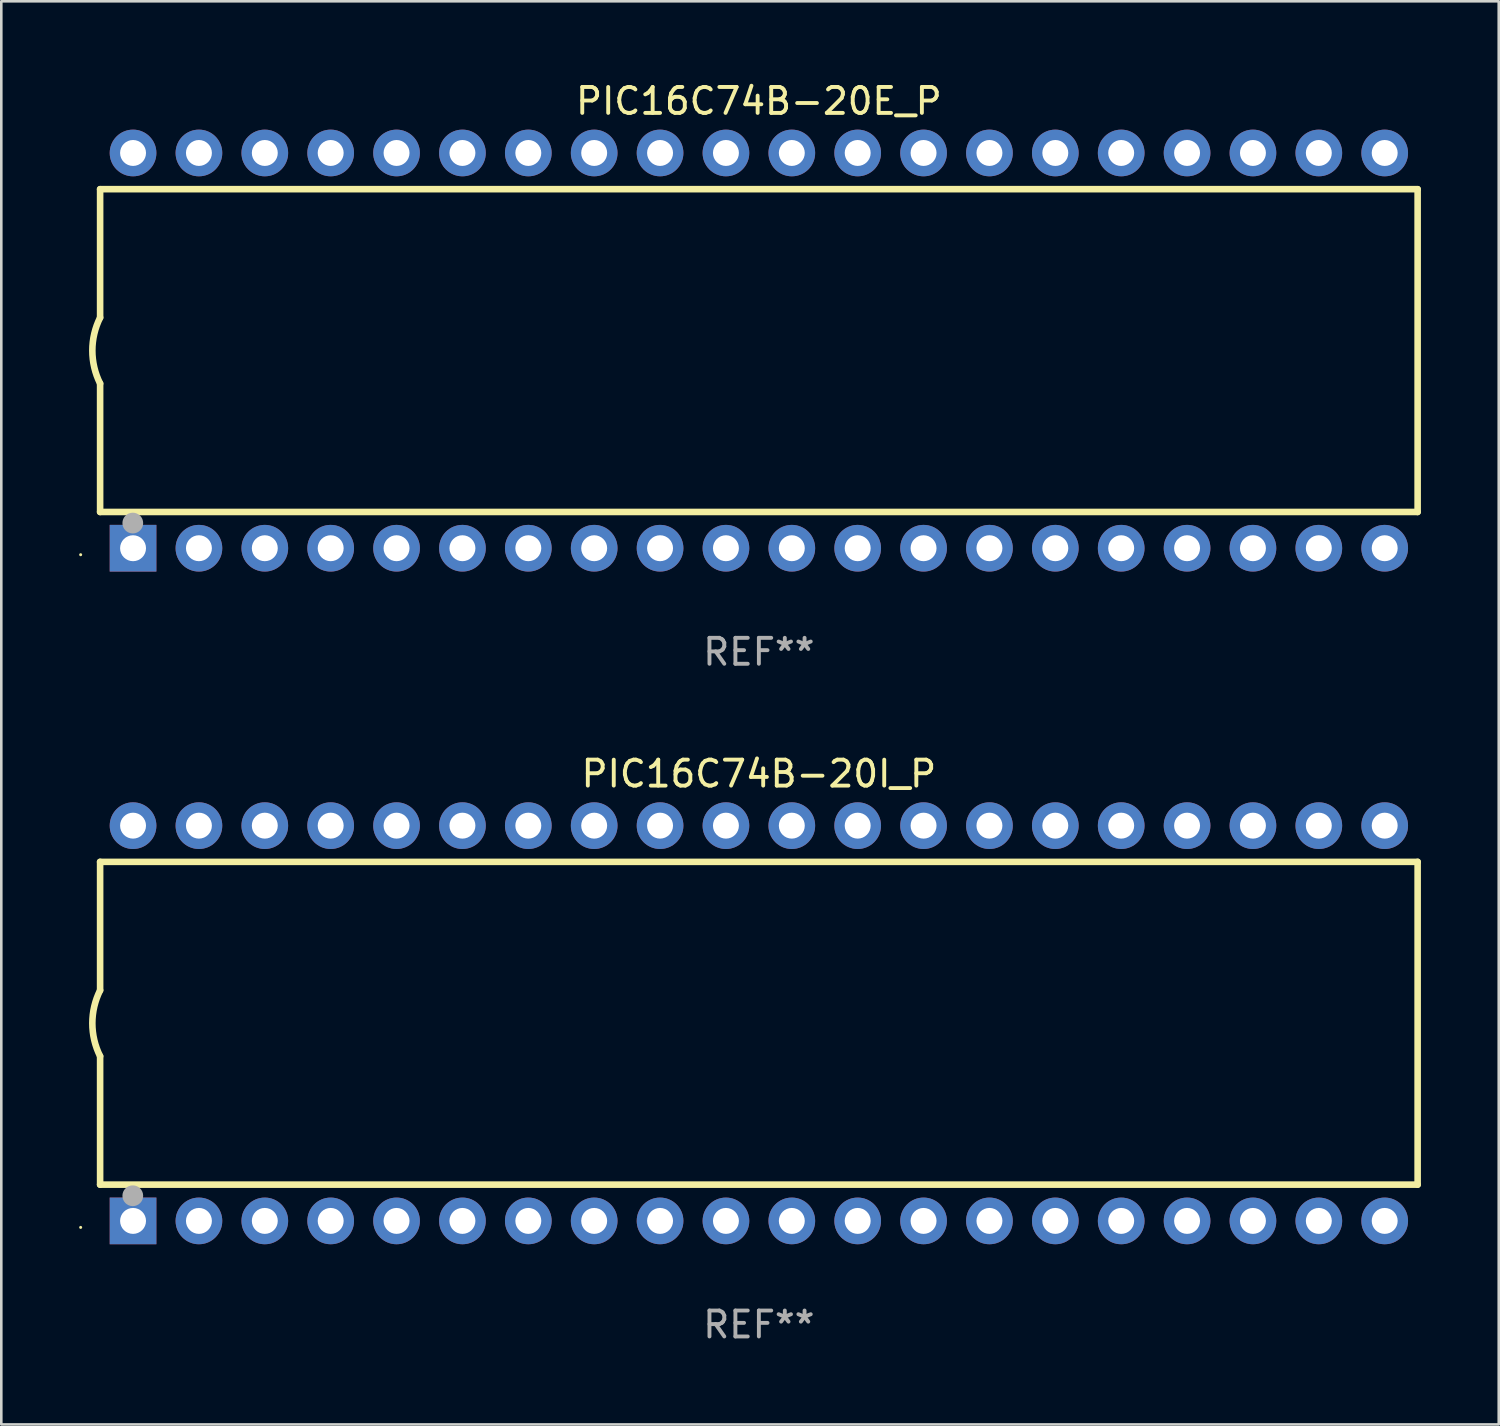
<source format=kicad_pcb>
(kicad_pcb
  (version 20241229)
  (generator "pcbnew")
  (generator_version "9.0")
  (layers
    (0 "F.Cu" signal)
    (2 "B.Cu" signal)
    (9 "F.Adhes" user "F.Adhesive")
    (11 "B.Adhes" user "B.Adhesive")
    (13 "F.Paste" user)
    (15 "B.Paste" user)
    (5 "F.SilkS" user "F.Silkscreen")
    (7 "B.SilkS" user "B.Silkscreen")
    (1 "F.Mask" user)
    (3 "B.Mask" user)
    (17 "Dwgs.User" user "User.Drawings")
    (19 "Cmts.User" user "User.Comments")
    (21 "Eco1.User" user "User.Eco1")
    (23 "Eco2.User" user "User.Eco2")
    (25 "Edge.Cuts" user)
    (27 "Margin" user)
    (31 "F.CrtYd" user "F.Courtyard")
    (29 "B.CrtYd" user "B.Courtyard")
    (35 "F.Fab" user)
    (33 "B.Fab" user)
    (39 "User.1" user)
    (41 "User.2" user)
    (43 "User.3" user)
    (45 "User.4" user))
  (footprint "PIC16C74B-20E_P"
    (layer "F.Cu")
    (at 26.21 10.468)
    (property "Reference" "PIC16C74B-20E_P" (at 0 -9.62 0) (layer "F.SilkS") (effects (font (size 1 1) (thickness 0.15))))
    (attr through_hole)
    (fp_line (start -25.4 -6.224) (end -25.4 -1.271) (stroke (width 0.254) (type solid)) (layer "F.SilkS"))
    (fp_line (start -25.4 -6.224) (end 25.4 -6.224) (stroke (width 0.254) (type solid)) (layer "F.SilkS"))
    (fp_line (start -25.4 1.269) (end -25.4 6.222) (stroke (width 0.254) (type solid)) (layer "F.SilkS"))
    (fp_line (start -25.4 6.222) (end 25.4 6.222) (stroke (width 0.254) (type solid)) (layer "F.SilkS"))
    (fp_line (start 25.4 6.222) (end 25.4 -6.224) (stroke (width 0.254) (type solid)) (layer "F.SilkS"))
    (fp_arc (start -25.4 1.269241) (mid -25.699807 -0.000762) (end -25.4 -1.270765) (stroke (width 0.254001) (type solid)) (layer "F.SilkS"))
    (fp_circle (center -26.15 7.87) (end -26.12 7.87) (stroke (width 0.06) (type solid)) (fill no) (layer "F.SilkS"))
    (fp_circle (center -24.14 6.65) (end -23.94 6.65) (stroke (width 0.4) (type solid)) (fill no) (layer "F.Fab"))
    (fp_text user "REF**" (at 0 11.62 0) (layer "F.Fab") (effects (font (size 1 1) (thickness 0.15))))
    (pad "1" thru_hole rect (at -24.13 7.62 90) (size 1.8 1.8) (drill 1) (layers "*.Cu" "*.Mask"))
    (pad "2" thru_hole circle (at -21.59 7.62) (size 1.8 1.8) (drill 1) (layers "*.Cu" "*.Mask"))
    (pad "3" thru_hole circle (at -19.05 7.62) (size 1.8 1.8) (drill 1) (layers "*.Cu" "*.Mask"))
    (pad "4" thru_hole circle (at -16.51 7.62) (size 1.8 1.8) (drill 1) (layers "*.Cu" "*.Mask"))
    (pad "5" thru_hole circle (at -13.97 7.62) (size 1.8 1.8) (drill 1) (layers "*.Cu" "*.Mask"))
    (pad "6" thru_hole circle (at -11.43 7.62) (size 1.8 1.8) (drill 1) (layers "*.Cu" "*.Mask"))
    (pad "7" thru_hole circle (at -8.89 7.62) (size 1.8 1.8) (drill 1) (layers "*.Cu" "*.Mask"))
    (pad "8" thru_hole circle (at -6.35 7.62) (size 1.8 1.8) (drill 1) (layers "*.Cu" "*.Mask"))
    (pad "9" thru_hole circle (at -3.81 7.62) (size 1.8 1.8) (drill 1) (layers "*.Cu" "*.Mask"))
    (pad "10" thru_hole circle (at -1.27 7.62) (size 1.8 1.8) (drill 1) (layers "*.Cu" "*.Mask"))
    (pad "11" thru_hole circle (at 1.27 7.62) (size 1.8 1.8) (drill 1) (layers "*.Cu" "*.Mask"))
    (pad "12" thru_hole circle (at 3.81 7.62) (size 1.8 1.8) (drill 1) (layers "*.Cu" "*.Mask"))
    (pad "13" thru_hole circle (at 6.35 7.62) (size 1.8 1.8) (drill 1) (layers "*.Cu" "*.Mask"))
    (pad "14" thru_hole circle (at 8.89 7.62) (size 1.8 1.8) (drill 1) (layers "*.Cu" "*.Mask"))
    (pad "15" thru_hole circle (at 11.43 7.62) (size 1.8 1.8) (drill 1) (layers "*.Cu" "*.Mask"))
    (pad "16" thru_hole circle (at 13.97 7.62) (size 1.8 1.8) (drill 1) (layers "*.Cu" "*.Mask"))
    (pad "17" thru_hole circle (at 16.51 7.62) (size 1.8 1.8) (drill 1) (layers "*.Cu" "*.Mask"))
    (pad "18" thru_hole circle (at 19.05 7.62) (size 1.8 1.8) (drill 1) (layers "*.Cu" "*.Mask"))
    (pad "19" thru_hole circle (at 21.59 7.62) (size 1.8 1.8) (drill 1) (layers "*.Cu" "*.Mask"))
    (pad "20" thru_hole circle (at 24.13 7.62) (size 1.8 1.8) (drill 1) (layers "*.Cu" "*.Mask"))
    (pad "21" thru_hole circle (at 24.13 -7.62) (size 1.8 1.8) (drill 1) (layers "*.Cu" "*.Mask"))
    (pad "22" thru_hole circle (at 21.59 -7.62) (size 1.8 1.8) (drill 1) (layers "*.Cu" "*.Mask"))
    (pad "23" thru_hole circle (at 19.05 -7.62) (size 1.8 1.8) (drill 1) (layers "*.Cu" "*.Mask"))
    (pad "24" thru_hole circle (at 16.51 -7.62) (size 1.8 1.8) (drill 1) (layers "*.Cu" "*.Mask"))
    (pad "25" thru_hole circle (at 13.97 -7.62) (size 1.8 1.8) (drill 1) (layers "*.Cu" "*.Mask"))
    (pad "26" thru_hole circle (at 11.43 -7.62) (size 1.8 1.8) (drill 1) (layers "*.Cu" "*.Mask"))
    (pad "27" thru_hole circle (at 8.89 -7.62) (size 1.8 1.8) (drill 1) (layers "*.Cu" "*.Mask"))
    (pad "28" thru_hole circle (at 6.35 -7.62) (size 1.8 1.8) (drill 1) (layers "*.Cu" "*.Mask"))
    (pad "29" thru_hole circle (at 3.81 -7.62) (size 1.8 1.8) (drill 1) (layers "*.Cu" "*.Mask"))
    (pad "30" thru_hole circle (at 1.27 -7.62) (size 1.8 1.8) (drill 1) (layers "*.Cu" "*.Mask"))
    (pad "31" thru_hole circle (at -1.27 -7.62) (size 1.8 1.8) (drill 1) (layers "*.Cu" "*.Mask"))
    (pad "32" thru_hole circle (at -3.81 -7.62) (size 1.8 1.8) (drill 1) (layers "*.Cu" "*.Mask"))
    (pad "33" thru_hole circle (at -6.35 -7.62) (size 1.8 1.8) (drill 1) (layers "*.Cu" "*.Mask"))
    (pad "34" thru_hole circle (at -8.89 -7.62) (size 1.8 1.8) (drill 1) (layers "*.Cu" "*.Mask"))
    (pad "35" thru_hole circle (at -11.43 -7.62) (size 1.8 1.8) (drill 1) (layers "*.Cu" "*.Mask"))
    (pad "36" thru_hole circle (at -13.97 -7.62) (size 1.8 1.8) (drill 1) (layers "*.Cu" "*.Mask"))
    (pad "37" thru_hole circle (at -16.51 -7.62) (size 1.8 1.8) (drill 1) (layers "*.Cu" "*.Mask"))
    (pad "38" thru_hole circle (at -19.05 -7.62) (size 1.8 1.8) (drill 1) (layers "*.Cu" "*.Mask"))
    (pad "39" thru_hole circle (at -21.59 -7.62) (size 1.8 1.8) (drill 1) (layers "*.Cu" "*.Mask"))
    (pad "40" thru_hole circle (at -24.13 -7.62) (size 1.8 1.8) (drill 1) (layers "*.Cu" "*.Mask")))
  (footprint "PIC16C74B-20I_P"
    (layer "F.Cu")
    (at 26.21 36.405)
    (property "Reference" "PIC16C74B-20I_P" (at 0 -9.62 0) (layer "F.SilkS") (effects (font (size 1 1) (thickness 0.15))))
    (attr through_hole)
    (fp_line (start -25.4 -6.224) (end -25.4 -1.271) (stroke (width 0.254) (type solid)) (layer "F.SilkS"))
    (fp_line (start -25.4 -6.224) (end 25.4 -6.224) (stroke (width 0.254) (type solid)) (layer "F.SilkS"))
    (fp_line (start -25.4 1.269) (end -25.4 6.222) (stroke (width 0.254) (type solid)) (layer "F.SilkS"))
    (fp_line (start -25.4 6.222) (end 25.4 6.222) (stroke (width 0.254) (type solid)) (layer "F.SilkS"))
    (fp_line (start 25.4 6.222) (end 25.4 -6.224) (stroke (width 0.254) (type solid)) (layer "F.SilkS"))
    (fp_arc (start -25.4 1.269241) (mid -25.699807 -0.000762) (end -25.4 -1.270765) (stroke (width 0.254001) (type solid)) (layer "F.SilkS"))
    (fp_circle (center -26.15 7.87) (end -26.12 7.87) (stroke (width 0.06) (type solid)) (fill no) (layer "F.SilkS"))
    (fp_circle (center -24.14 6.65) (end -23.94 6.65) (stroke (width 0.4) (type solid)) (fill no) (layer "F.Fab"))
    (fp_text user "REF**" (at 0 11.62 0) (layer "F.Fab") (effects (font (size 1 1) (thickness 0.15))))
    (pad "1" thru_hole rect (at -24.13 7.62 90) (size 1.8 1.8) (drill 1) (layers "*.Cu" "*.Mask"))
    (pad "2" thru_hole circle (at -21.59 7.62) (size 1.8 1.8) (drill 1) (layers "*.Cu" "*.Mask"))
    (pad "3" thru_hole circle (at -19.05 7.62) (size 1.8 1.8) (drill 1) (layers "*.Cu" "*.Mask"))
    (pad "4" thru_hole circle (at -16.51 7.62) (size 1.8 1.8) (drill 1) (layers "*.Cu" "*.Mask"))
    (pad "5" thru_hole circle (at -13.97 7.62) (size 1.8 1.8) (drill 1) (layers "*.Cu" "*.Mask"))
    (pad "6" thru_hole circle (at -11.43 7.62) (size 1.8 1.8) (drill 1) (layers "*.Cu" "*.Mask"))
    (pad "7" thru_hole circle (at -8.89 7.62) (size 1.8 1.8) (drill 1) (layers "*.Cu" "*.Mask"))
    (pad "8" thru_hole circle (at -6.35 7.62) (size 1.8 1.8) (drill 1) (layers "*.Cu" "*.Mask"))
    (pad "9" thru_hole circle (at -3.81 7.62) (size 1.8 1.8) (drill 1) (layers "*.Cu" "*.Mask"))
    (pad "10" thru_hole circle (at -1.27 7.62) (size 1.8 1.8) (drill 1) (layers "*.Cu" "*.Mask"))
    (pad "11" thru_hole circle (at 1.27 7.62) (size 1.8 1.8) (drill 1) (layers "*.Cu" "*.Mask"))
    (pad "12" thru_hole circle (at 3.81 7.62) (size 1.8 1.8) (drill 1) (layers "*.Cu" "*.Mask"))
    (pad "13" thru_hole circle (at 6.35 7.62) (size 1.8 1.8) (drill 1) (layers "*.Cu" "*.Mask"))
    (pad "14" thru_hole circle (at 8.89 7.62) (size 1.8 1.8) (drill 1) (layers "*.Cu" "*.Mask"))
    (pad "15" thru_hole circle (at 11.43 7.62) (size 1.8 1.8) (drill 1) (layers "*.Cu" "*.Mask"))
    (pad "16" thru_hole circle (at 13.97 7.62) (size 1.8 1.8) (drill 1) (layers "*.Cu" "*.Mask"))
    (pad "17" thru_hole circle (at 16.51 7.62) (size 1.8 1.8) (drill 1) (layers "*.Cu" "*.Mask"))
    (pad "18" thru_hole circle (at 19.05 7.62) (size 1.8 1.8) (drill 1) (layers "*.Cu" "*.Mask"))
    (pad "19" thru_hole circle (at 21.59 7.62) (size 1.8 1.8) (drill 1) (layers "*.Cu" "*.Mask"))
    (pad "20" thru_hole circle (at 24.13 7.62) (size 1.8 1.8) (drill 1) (layers "*.Cu" "*.Mask"))
    (pad "21" thru_hole circle (at 24.13 -7.62) (size 1.8 1.8) (drill 1) (layers "*.Cu" "*.Mask"))
    (pad "22" thru_hole circle (at 21.59 -7.62) (size 1.8 1.8) (drill 1) (layers "*.Cu" "*.Mask"))
    (pad "23" thru_hole circle (at 19.05 -7.62) (size 1.8 1.8) (drill 1) (layers "*.Cu" "*.Mask"))
    (pad "24" thru_hole circle (at 16.51 -7.62) (size 1.8 1.8) (drill 1) (layers "*.Cu" "*.Mask"))
    (pad "25" thru_hole circle (at 13.97 -7.62) (size 1.8 1.8) (drill 1) (layers "*.Cu" "*.Mask"))
    (pad "26" thru_hole circle (at 11.43 -7.62) (size 1.8 1.8) (drill 1) (layers "*.Cu" "*.Mask"))
    (pad "27" thru_hole circle (at 8.89 -7.62) (size 1.8 1.8) (drill 1) (layers "*.Cu" "*.Mask"))
    (pad "28" thru_hole circle (at 6.35 -7.62) (size 1.8 1.8) (drill 1) (layers "*.Cu" "*.Mask"))
    (pad "29" thru_hole circle (at 3.81 -7.62) (size 1.8 1.8) (drill 1) (layers "*.Cu" "*.Mask"))
    (pad "30" thru_hole circle (at 1.27 -7.62) (size 1.8 1.8) (drill 1) (layers "*.Cu" "*.Mask"))
    (pad "31" thru_hole circle (at -1.27 -7.62) (size 1.8 1.8) (drill 1) (layers "*.Cu" "*.Mask"))
    (pad "32" thru_hole circle (at -3.81 -7.62) (size 1.8 1.8) (drill 1) (layers "*.Cu" "*.Mask"))
    (pad "33" thru_hole circle (at -6.35 -7.62) (size 1.8 1.8) (drill 1) (layers "*.Cu" "*.Mask"))
    (pad "34" thru_hole circle (at -8.89 -7.62) (size 1.8 1.8) (drill 1) (layers "*.Cu" "*.Mask"))
    (pad "35" thru_hole circle (at -11.43 -7.62) (size 1.8 1.8) (drill 1) (layers "*.Cu" "*.Mask"))
    (pad "36" thru_hole circle (at -13.97 -7.62) (size 1.8 1.8) (drill 1) (layers "*.Cu" "*.Mask"))
    (pad "37" thru_hole circle (at -16.51 -7.62) (size 1.8 1.8) (drill 1) (layers "*.Cu" "*.Mask"))
    (pad "38" thru_hole circle (at -19.05 -7.62) (size 1.8 1.8) (drill 1) (layers "*.Cu" "*.Mask"))
    (pad "39" thru_hole circle (at -21.59 -7.62) (size 1.8 1.8) (drill 1) (layers "*.Cu" "*.Mask"))
    (pad "40" thru_hole circle (at -24.13 -7.62) (size 1.8 1.8) (drill 1) (layers "*.Cu" "*.Mask")))
  (gr_rect
    (start -3 -3)
    (end 54.737 51.873)
    (stroke (width 0.1) (type default))
    (fill no)
    (layer "Edge.Cuts")))
</source>
